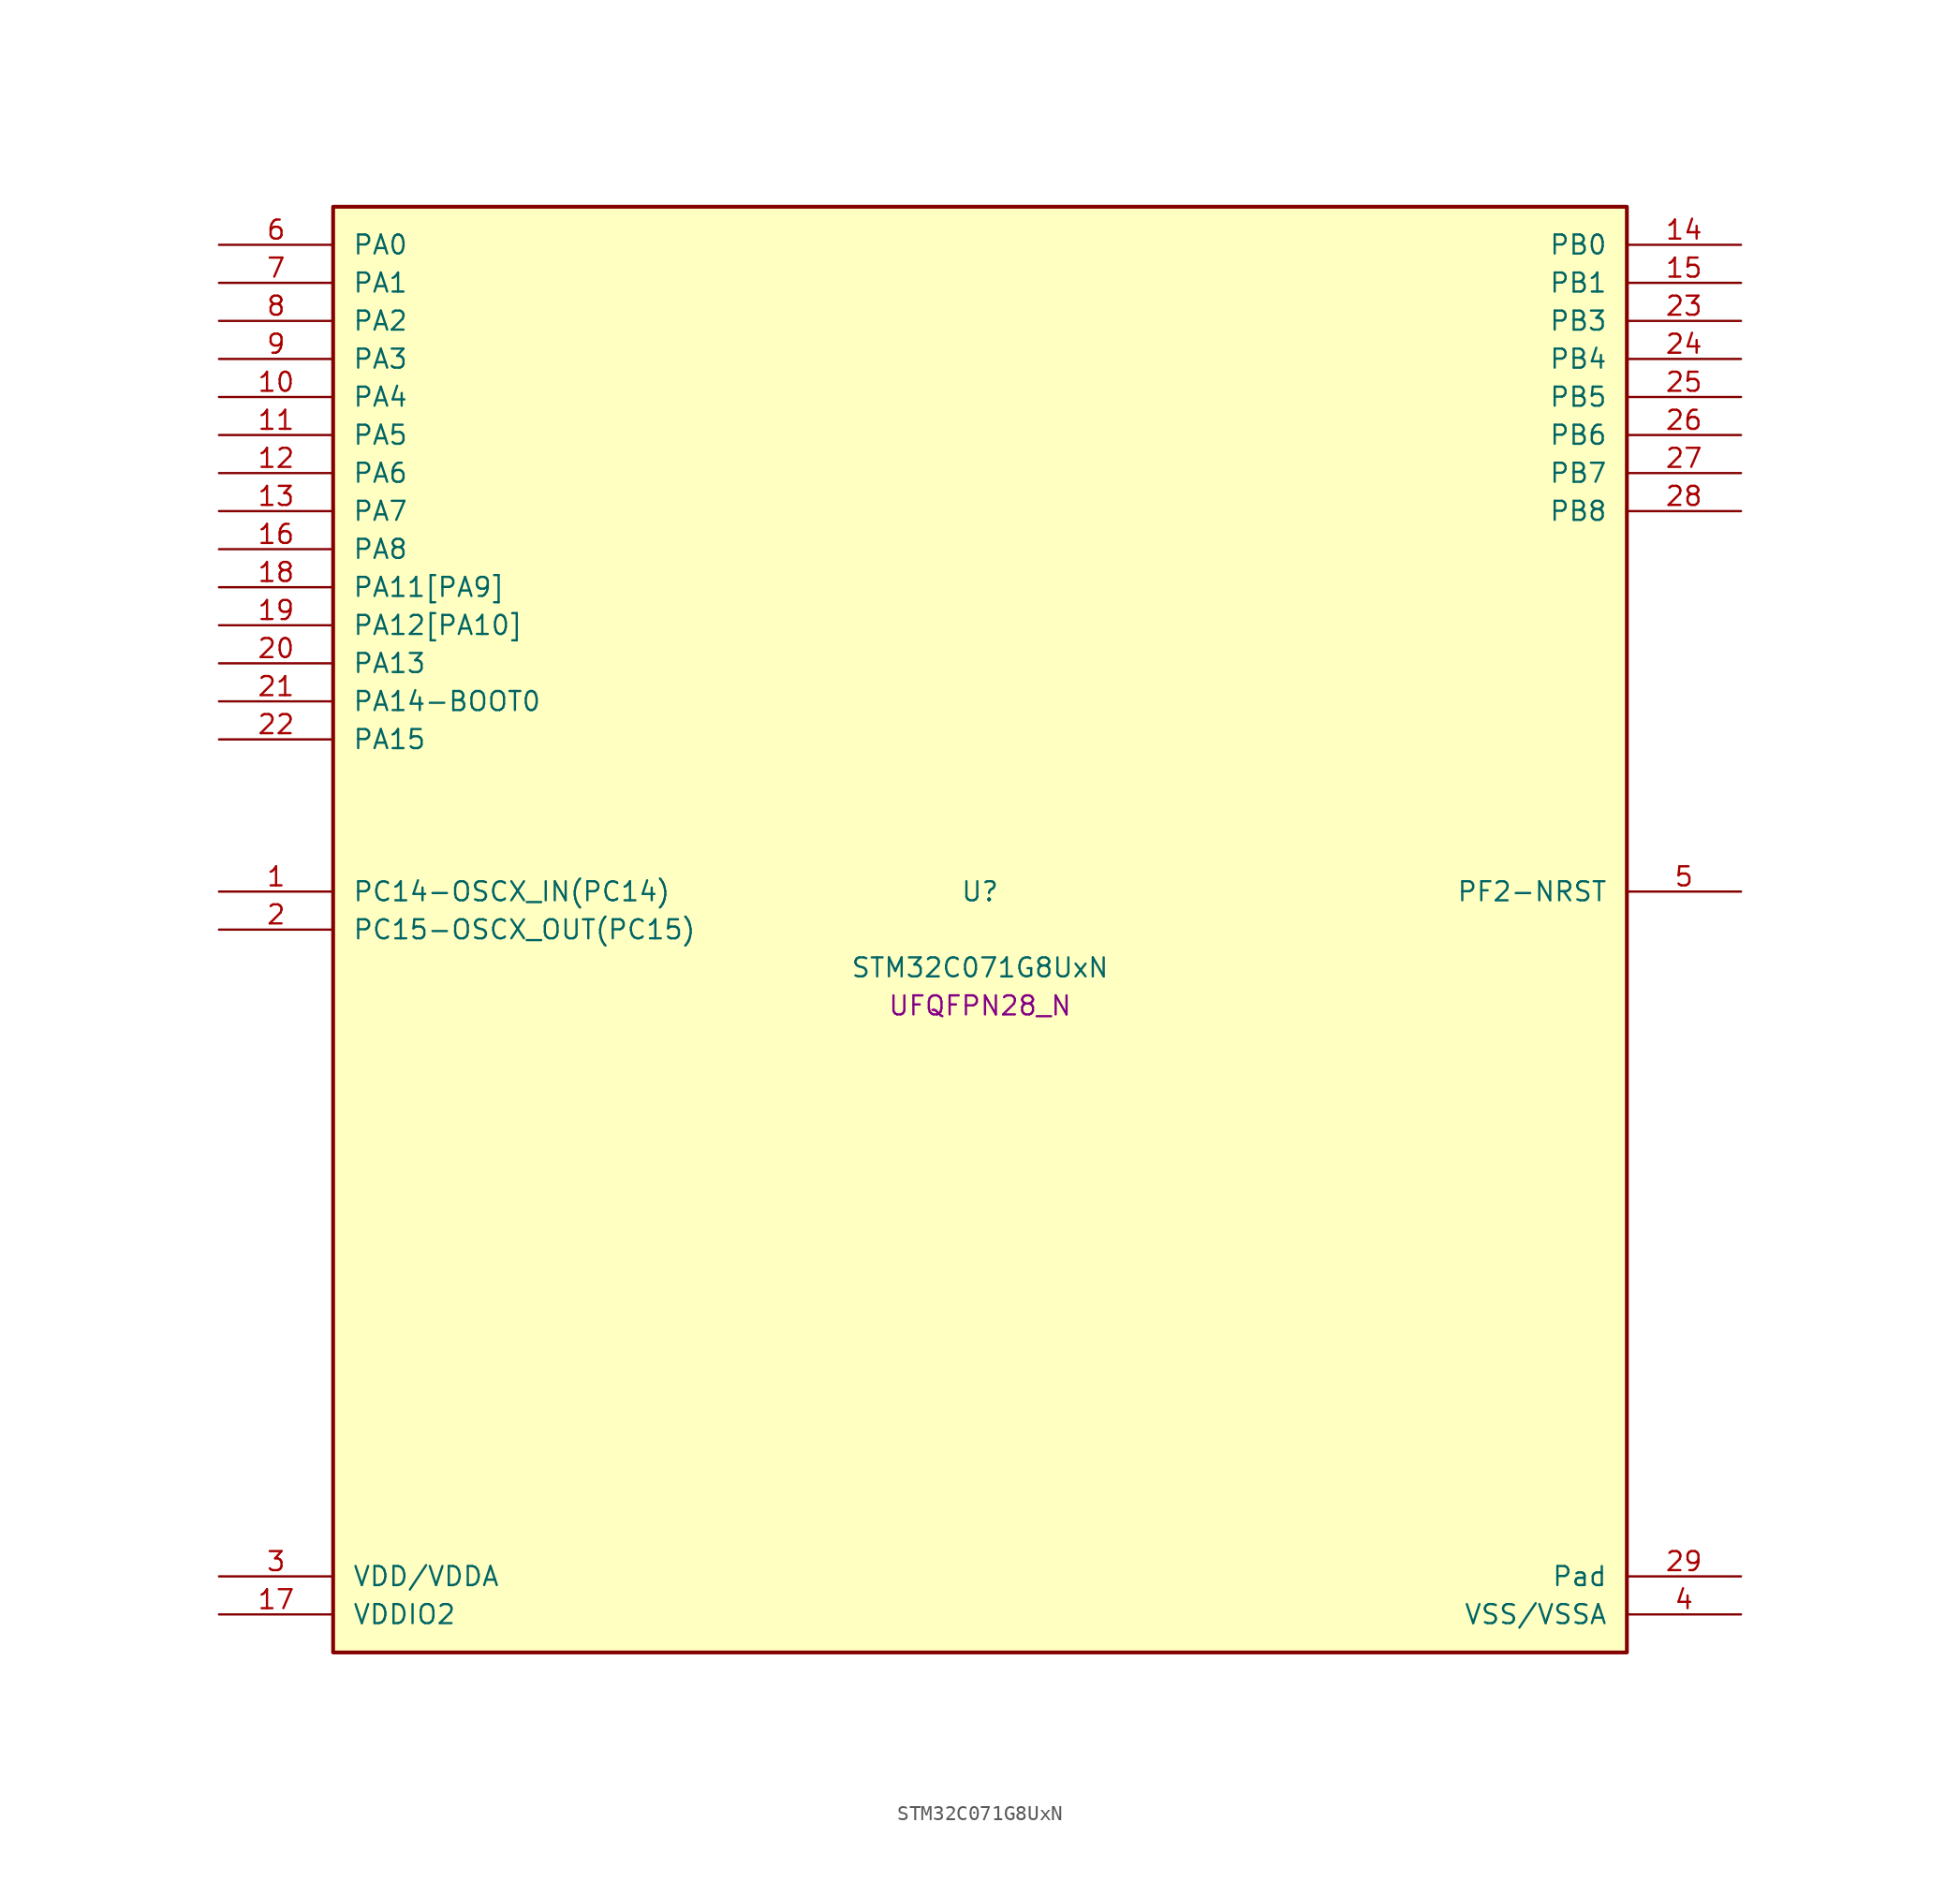
<source format=kicad_sym>
(kicad_symbol_lib
  (version 20241209)
  (generator "stm32_pkl_generator")
  (generator_version "1.0")
  (symbol "STM32C071G8UxN"
    (pin_names
      (offset 1.27))
    (property "Reference" "U"
      (at 0 2.54 0))
    (property "Value" "STM32C071G8UxN"
      (at 0 -2.54 0))
    (property "Footprint" "UFQFPN28_N"
      (at 0 -5.08 0))
    (symbol "STM32C071G8UxN_1_1"
      (rectangle (start -43.18 48.26) (end 43.18 -48.26) (stroke (width 0.254) (type solid)) (fill (type background)))
      (pin bidirectional line (at -50.8 45.72 0) (length 7.62) (name "PA0") (number "6") (alternate "PA0/ADC1_IN0" bidirectional line) (alternate "PA0/PWR_WKUP1" bidirectional line) (alternate "PA0/SPI2_SCK" bidirectional line) (alternate "PA0/TIM16_CH1" bidirectional line) (alternate "PA0/TIM1_CH1" bidirectional line) (alternate "PA0/TIM2_CH1" bidirectional line) (alternate "PA0/TIM2_ETR" bidirectional line) (alternate "PA0/USART1_TX" bidirectional line) (alternate "PA0/USART2_CTS" bidirectional line) (alternate "PA0/USART2_NSS" bidirectional line))
      (pin bidirectional line (at -50.8 43.18 0) (length 7.62) (name "PA1") (number "7") (alternate "PA1/ADC1_IN1" bidirectional line) (alternate "PA1/I2C1_SMBA" bidirectional line) (alternate "PA1/I2S1_CK" bidirectional line) (alternate "PA1/SPI1_SCK" bidirectional line) (alternate "PA1/TIM17_CH1" bidirectional line) (alternate "PA1/TIM1_CH2" bidirectional line) (alternate "PA1/TIM2_CH2" bidirectional line) (alternate "PA1/USART1_RX" bidirectional line) (alternate "PA1/USART2_CK" bidirectional line) (alternate "PA1/USART2_DE" bidirectional line) (alternate "PA1/USART2_RTS" bidirectional line))
      (pin bidirectional line (at -50.8 40.64 0) (length 7.62) (name "PA2") (number "8") (alternate "PA2/ADC1_IN2" bidirectional line) (alternate "PA2/I2S1_SD" bidirectional line) (alternate "PA2/PWR_WKUP4" bidirectional line) (alternate "PA2/RCC_LSCO" bidirectional line) (alternate "PA2/SPI1_MOSI" bidirectional line) (alternate "PA2/TIM16_CH1N" bidirectional line) (alternate "PA2/TIM1_CH3" bidirectional line) (alternate "PA2/TIM2_CH3" bidirectional line) (alternate "PA2/TIM3_ETR" bidirectional line) (alternate "PA2/USART2_TX" bidirectional line))
      (pin bidirectional line (at -50.8 38.1 0) (length 7.62) (name "PA3") (number "9") (alternate "PA3/ADC1_IN3" bidirectional line) (alternate "PA3/SPI2_MISO" bidirectional line) (alternate "PA3/TIM1_CH1N" bidirectional line) (alternate "PA3/TIM1_CH4" bidirectional line) (alternate "PA3/TIM2_CH4" bidirectional line) (alternate "PA3/USART2_RX" bidirectional line))
      (pin bidirectional line (at -50.8 35.56 0) (length 7.62) (name "PA4") (number "10") (alternate "PA4/ADC1_IN4" bidirectional line) (alternate "PA4/I2S1_WS" bidirectional line) (alternate "PA4/PWR_WKUP2" bidirectional line) (alternate "PA4/RTC_OUT1" bidirectional line) (alternate "PA4/RTC_TS" bidirectional line) (alternate "PA4/SPI1_NSS" bidirectional line) (alternate "PA4/SPI2_MOSI" bidirectional line) (alternate "PA4/TIM14_CH1" bidirectional line) (alternate "PA4/TIM17_CH1N" bidirectional line) (alternate "PA4/TIM1_CH2N" bidirectional line) (alternate "PA4/USART2_TX" bidirectional line) (alternate "PA4/USB_NOE" bidirectional line))
      (pin bidirectional line (at -50.8 33.02 0) (length 7.62) (name "PA5") (number "11") (alternate "PA5/ADC1_IN5" bidirectional line) (alternate "PA5/I2S1_CK" bidirectional line) (alternate "PA5/SPI1_SCK" bidirectional line) (alternate "PA5/TIM1_CH1" bidirectional line) (alternate "PA5/TIM1_CH3N" bidirectional line) (alternate "PA5/TIM2_CH1" bidirectional line) (alternate "PA5/TIM2_ETR" bidirectional line) (alternate "PA5/USART2_RX" bidirectional line))
      (pin bidirectional line (at -50.8 30.48 0) (length 7.62) (name "PA6") (number "12") (alternate "PA6/ADC1_IN6" bidirectional line) (alternate "PA6/I2C2_SDA" bidirectional line) (alternate "PA6/I2S1_MCK" bidirectional line) (alternate "PA6/SPI1_MISO" bidirectional line) (alternate "PA6/TIM16_CH1" bidirectional line) (alternate "PA6/TIM1_BKIN" bidirectional line) (alternate "PA6/TIM3_CH1" bidirectional line))
      (pin bidirectional line (at -50.8 27.94 0) (length 7.62) (name "PA7") (number "13") (alternate "PA7/ADC1_IN7" bidirectional line) (alternate "PA7/I2C2_SCL" bidirectional line) (alternate "PA7/I2S1_SD" bidirectional line) (alternate "PA7/SPI1_MOSI" bidirectional line) (alternate "PA7/TIM14_CH1" bidirectional line) (alternate "PA7/TIM17_CH1" bidirectional line) (alternate "PA7/TIM1_CH1N" bidirectional line) (alternate "PA7/TIM3_CH2" bidirectional line))
      (pin bidirectional line (at -50.8 25.4 0) (length 7.62) (name "PA8") (number "16") (alternate "PA8/ADC1_IN8" bidirectional line) (alternate "PA8/CRS_SYNC" bidirectional line) (alternate "PA8/I2S1_WS" bidirectional line) (alternate "PA8/RCC_MCO" bidirectional line) (alternate "PA8/RCC_MCO_2" bidirectional line) (alternate "PA8/SPI1_NSS" bidirectional line) (alternate "PA8/SPI2_MISO" bidirectional line) (alternate "PA8/SPI2_NSS" bidirectional line) (alternate "PA8/TIM14_CH1" bidirectional line) (alternate "PA8/TIM1_CH1" bidirectional line) (alternate "PA8/TIM1_CH2N" bidirectional line) (alternate "PA8/TIM1_CH3N" bidirectional line) (alternate "PA8/TIM3_CH3" bidirectional line) (alternate "PA8/TIM3_CH4" bidirectional line) (alternate "PA8/USART1_RX" bidirectional line) (alternate "PA8/USART2_TX" bidirectional line))
      (pin bidirectional line (at -50.8 22.86 0) (length 7.62) (name "PA11[PA9]") (number "18") (alternate "PA11[PA9]/ADC1_EXTI11" bidirectional line) (alternate "PA11[PA9]/I2C2_SCL" bidirectional line) (alternate "PA11[PA9]/I2S1_MCK" bidirectional line) (alternate "PA11[PA9]/SPI1_MISO" bidirectional line) (alternate "PA11[PA9]/TIM1_BKIN2" bidirectional line) (alternate "PA11[PA9]/TIM1_CH4" bidirectional line) (alternate "PA11[PA9]/USART1_CTS" bidirectional line) (alternate "PA11[PA9]/USART1_NSS" bidirectional line) (alternate "PA11[PA9]/USB_DM" bidirectional line) (alternate "PA11[PA9]/PA9[PA11]" bidirectional line) (alternate "PA11[PA9]/I2C1_SCL" bidirectional line) (alternate "PA11[PA9]/RCC_MCO" bidirectional line) (alternate "PA11[PA9]/SPI2_MISO" bidirectional line) (alternate "PA11[PA9]/TIM1_CH2" bidirectional line) (alternate "PA11[PA9]/TIM3_ETR" bidirectional line) (alternate "PA11[PA9]/USART1_TX" bidirectional line))
      (pin bidirectional line (at -50.8 20.32 0) (length 7.62) (name "PA12[PA10]") (number "19") (alternate "PA12[PA10]/I2C2_SDA" bidirectional line) (alternate "PA12[PA10]/I2S1_SD" bidirectional line) (alternate "PA12[PA10]/I2S_CKIN" bidirectional line) (alternate "PA12[PA10]/SPI1_MOSI" bidirectional line) (alternate "PA12[PA10]/TIM1_ETR" bidirectional line) (alternate "PA12[PA10]/USART1_CK" bidirectional line) (alternate "PA12[PA10]/USART1_DE" bidirectional line) (alternate "PA12[PA10]/USART1_RTS" bidirectional line) (alternate "PA12[PA10]/USB_DP" bidirectional line) (alternate "PA12[PA10]/PA10[PA12]" bidirectional line) (alternate "PA12[PA10]/I2C1_SDA" bidirectional line) (alternate "PA12[PA10]/RCC_MCO_2" bidirectional line) (alternate "PA12[PA10]/SPI2_MOSI" bidirectional line) (alternate "PA12[PA10]/TIM17_BKIN" bidirectional line) (alternate "PA12[PA10]/TIM1_CH3" bidirectional line) (alternate "PA12[PA10]/USART1_RX" bidirectional line))
      (pin bidirectional line (at -50.8 17.78 0) (length 7.62) (name "PA13") (number "20") (alternate "PA13/ADC1_IN13" bidirectional line) (alternate "PA13/DEBUG_SWDIO" bidirectional line) (alternate "PA13/IR_OUT" bidirectional line) (alternate "PA13/TIM3_ETR" bidirectional line) (alternate "PA13/USART2_RX" bidirectional line) (alternate "PA13/USB_NOE" bidirectional line))
      (pin bidirectional line (at -50.8 15.24 0) (length 7.62) (name "PA14-BOOT0") (number "21") (alternate "PA14-BOOT0/ADC1_IN14" bidirectional line) (alternate "PA14-BOOT0/DEBUG_SWCLK" bidirectional line) (alternate "PA14-BOOT0/I2S1_WS" bidirectional line) (alternate "PA14-BOOT0/RCC_MCO_2" bidirectional line) (alternate "PA14-BOOT0/SPI1_NSS" bidirectional line) (alternate "PA14-BOOT0/TIM1_CH1" bidirectional line) (alternate "PA14-BOOT0/USART1_CK" bidirectional line) (alternate "PA14-BOOT0/USART1_DE" bidirectional line) (alternate "PA14-BOOT0/USART1_RTS" bidirectional line) (alternate "PA14-BOOT0/USART2_RX" bidirectional line) (alternate "PA14-BOOT0/USART2_TX" bidirectional line))
      (pin bidirectional line (at -50.8 12.7 0) (length 7.62) (name "PA15") (number "22") (alternate "PA15/I2S1_WS" bidirectional line) (alternate "PA15/RCC_MCO_2" bidirectional line) (alternate "PA15/SPI1_NSS" bidirectional line) (alternate "PA15/TIM1_CH1" bidirectional line) (alternate "PA15/TIM2_CH1" bidirectional line) (alternate "PA15/TIM2_ETR" bidirectional line) (alternate "PA15/USART1_CK" bidirectional line) (alternate "PA15/USART1_DE" bidirectional line) (alternate "PA15/USART1_RTS" bidirectional line) (alternate "PA15/USART2_RX" bidirectional line) (alternate "PA15/USB_NOE" bidirectional line))
      (pin bidirectional line (at 50.8 45.72 180) (length 7.62) (name "PB0") (number "14") (alternate "PB0/ADC1_IN17" bidirectional line) (alternate "PB0/I2S1_WS" bidirectional line) (alternate "PB0/SPI1_NSS" bidirectional line) (alternate "PB0/TIM1_CH2N" bidirectional line) (alternate "PB0/TIM3_CH3" bidirectional line))
      (pin bidirectional line (at 50.8 43.18 180) (length 7.62) (name "PB1") (number "15") (alternate "PB1/ADC1_IN18" bidirectional line) (alternate "PB1/TIM14_CH1" bidirectional line) (alternate "PB1/TIM1_CH2N" bidirectional line) (alternate "PB1/TIM1_CH3N" bidirectional line) (alternate "PB1/TIM3_CH4" bidirectional line))
      (pin bidirectional line (at 50.8 40.64 180) (length 7.62) (name "PB3") (number "23") (alternate "PB3/I2C2_SCL" bidirectional line) (alternate "PB3/I2S1_CK" bidirectional line) (alternate "PB3/SPI1_SCK" bidirectional line) (alternate "PB3/TIM1_CH2" bidirectional line) (alternate "PB3/TIM2_CH2" bidirectional line) (alternate "PB3/TIM3_CH2" bidirectional line) (alternate "PB3/USART1_CK" bidirectional line) (alternate "PB3/USART1_DE" bidirectional line) (alternate "PB3/USART1_RTS" bidirectional line))
      (pin bidirectional line (at 50.8 38.1 180) (length 7.62) (name "PB4") (number "24") (alternate "PB4/I2C2_SDA" bidirectional line) (alternate "PB4/I2S1_MCK" bidirectional line) (alternate "PB4/SPI1_MISO" bidirectional line) (alternate "PB4/TIM17_BKIN" bidirectional line) (alternate "PB4/TIM3_CH1" bidirectional line) (alternate "PB4/USART1_CTS" bidirectional line) (alternate "PB4/USART1_NSS" bidirectional line))
      (pin bidirectional line (at 50.8 35.56 180) (length 7.62) (name "PB5") (number "25") (alternate "PB5/I2C1_SMBA" bidirectional line) (alternate "PB5/I2S1_SD" bidirectional line) (alternate "PB5/PWR_WKUP6" bidirectional line) (alternate "PB5/SPI1_MOSI" bidirectional line) (alternate "PB5/TIM16_BKIN" bidirectional line) (alternate "PB5/TIM3_CH2" bidirectional line) (alternate "PB5/TIM3_CH3" bidirectional line))
      (pin bidirectional line (at 50.8 33.02 180) (length 7.62) (name "PB6") (number "26") (alternate "PB6/I2C1_SCL" bidirectional line) (alternate "PB6/I2C1_SMBA" bidirectional line) (alternate "PB6/I2S1_CK" bidirectional line) (alternate "PB6/I2S1_MCK" bidirectional line) (alternate "PB6/I2S1_SD" bidirectional line) (alternate "PB6/PWR_WKUP3" bidirectional line) (alternate "PB6/SPI1_MISO" bidirectional line) (alternate "PB6/SPI1_MOSI" bidirectional line) (alternate "PB6/SPI1_SCK" bidirectional line) (alternate "PB6/SPI2_MISO" bidirectional line) (alternate "PB6/TIM16_BKIN" bidirectional line) (alternate "PB6/TIM16_CH1N" bidirectional line) (alternate "PB6/TIM17_BKIN" bidirectional line) (alternate "PB6/TIM1_CH2" bidirectional line) (alternate "PB6/TIM1_CH3" bidirectional line) (alternate "PB6/TIM3_CH1" bidirectional line) (alternate "PB6/TIM3_CH2" bidirectional line) (alternate "PB6/TIM3_CH3" bidirectional line) (alternate "PB6/USART1_CTS" bidirectional line) (alternate "PB6/USART1_NSS" bidirectional line) (alternate "PB6/USART1_TX" bidirectional line))
      (pin bidirectional line (at 50.8 30.48 180) (length 7.62) (name "PB7") (number "27") (alternate "PB7/I2C1_SCL" bidirectional line) (alternate "PB7/I2C1_SDA" bidirectional line) (alternate "PB7/RTC_REFIN" bidirectional line) (alternate "PB7/SPI2_MOSI" bidirectional line) (alternate "PB7/TIM16_CH1" bidirectional line) (alternate "PB7/TIM17_CH1N" bidirectional line) (alternate "PB7/TIM1_CH4" bidirectional line) (alternate "PB7/TIM3_CH1" bidirectional line) (alternate "PB7/TIM3_CH4" bidirectional line) (alternate "PB7/USART1_RX" bidirectional line) (alternate "PB7/USART2_CTS" bidirectional line) (alternate "PB7/USART2_NSS" bidirectional line))
      (pin bidirectional line (at 50.8 27.94 180) (length 7.62) (name "PB8") (number "28") (alternate "PB8/I2C1_SCL" bidirectional line) (alternate "PB8/SPI2_SCK" bidirectional line) (alternate "PB8/TIM16_CH1" bidirectional line) (alternate "PB8/TIM3_CH1" bidirectional line) (alternate "PB8/USART2_CTS" bidirectional line) (alternate "PB8/USART2_NSS" bidirectional line))
      (pin bidirectional line (at -50.8 2.54 0) (length 7.62) (name "PC14-OSCX_IN(PC14)") (number "1") (alternate "PC14-OSCX_IN(PC14)/I2C1_SDA" bidirectional line) (alternate "PC14-OSCX_IN(PC14)/IR_OUT" bidirectional line) (alternate "PC14-OSCX_IN(PC14)/RCC_OSCX_IN" bidirectional line) (alternate "PC14-OSCX_IN(PC14)/SPI2_NSS" bidirectional line) (alternate "PC14-OSCX_IN(PC14)/TIM17_CH1" bidirectional line) (alternate "PC14-OSCX_IN(PC14)/TIM1_BKIN2" bidirectional line) (alternate "PC14-OSCX_IN(PC14)/TIM1_ETR" bidirectional line) (alternate "PC14-OSCX_IN(PC14)/TIM3_CH2" bidirectional line) (alternate "PC14-OSCX_IN(PC14)/USART1_TX" bidirectional line) (alternate "PC14-OSCX_IN(PC14)/USART2_CK" bidirectional line) (alternate "PC14-OSCX_IN(PC14)/USART2_DE" bidirectional line) (alternate "PC14-OSCX_IN(PC14)/USART2_RTS" bidirectional line))
      (pin bidirectional line (at -50.8 0 0) (length 7.62) (name "PC15-OSCX_OUT(PC15)") (number "2") (alternate "PC15-OSCX_OUT(PC15)/RCC_OSC32_EN" bidirectional line) (alternate "PC15-OSCX_OUT(PC15)/RCC_OSCX_OUT" bidirectional line) (alternate "PC15-OSCX_OUT(PC15)/RCC_OSC_EN" bidirectional line) (alternate "PC15-OSCX_OUT(PC15)/TIM1_ETR" bidirectional line) (alternate "PC15-OSCX_OUT(PC15)/TIM3_CH3" bidirectional line))
      (pin bidirectional line (at 50.8 2.54 180) (length 7.62) (name "PF2-NRST") (number "5") (alternate "PF2-NRST/RCC_MCO" bidirectional line) (alternate "PF2-NRST/TIM1_CH4" bidirectional line))
      (pin power_in line (at -50.8 -43.18 0) (length 7.62) (name "VDD/VDDA") (number "3"))
      (pin power_in line (at -50.8 -45.72 0) (length 7.62) (name "VDDIO2") (number "17"))
      (pin passive line (at 50.8 -43.18 180) (length 7.62) (name "Pad") (number "29"))
      (pin power_in line (at 50.8 -45.72 180) (length 7.62) (name "VSS/VSSA") (number "4")))))
</source>
